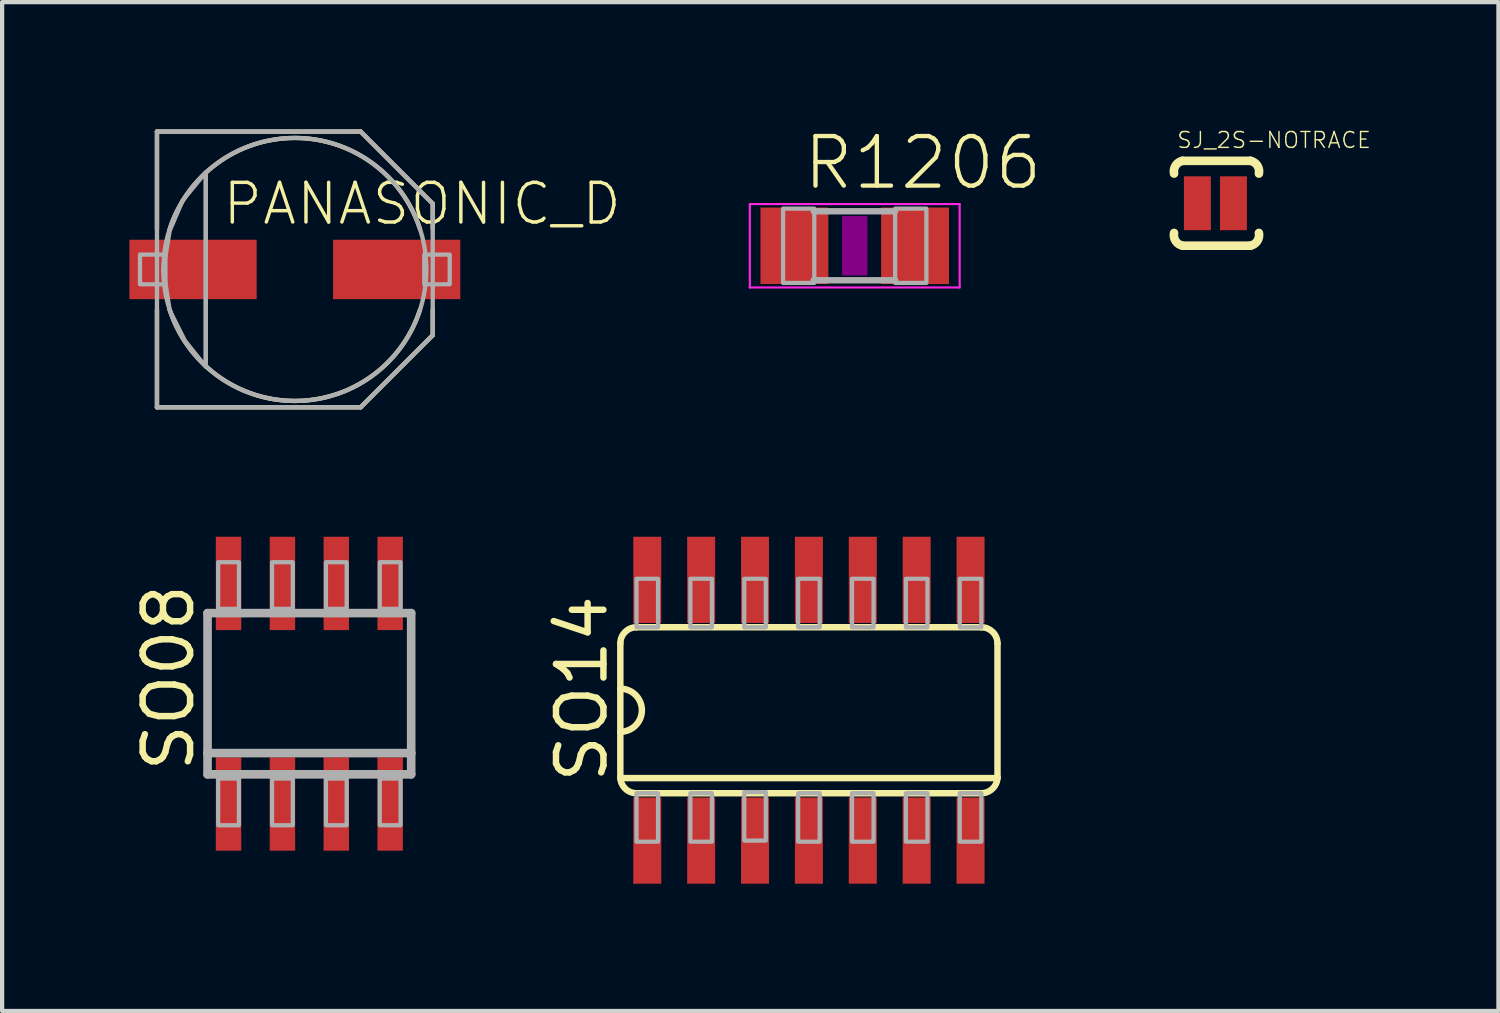
<source format=kicad_pcb>
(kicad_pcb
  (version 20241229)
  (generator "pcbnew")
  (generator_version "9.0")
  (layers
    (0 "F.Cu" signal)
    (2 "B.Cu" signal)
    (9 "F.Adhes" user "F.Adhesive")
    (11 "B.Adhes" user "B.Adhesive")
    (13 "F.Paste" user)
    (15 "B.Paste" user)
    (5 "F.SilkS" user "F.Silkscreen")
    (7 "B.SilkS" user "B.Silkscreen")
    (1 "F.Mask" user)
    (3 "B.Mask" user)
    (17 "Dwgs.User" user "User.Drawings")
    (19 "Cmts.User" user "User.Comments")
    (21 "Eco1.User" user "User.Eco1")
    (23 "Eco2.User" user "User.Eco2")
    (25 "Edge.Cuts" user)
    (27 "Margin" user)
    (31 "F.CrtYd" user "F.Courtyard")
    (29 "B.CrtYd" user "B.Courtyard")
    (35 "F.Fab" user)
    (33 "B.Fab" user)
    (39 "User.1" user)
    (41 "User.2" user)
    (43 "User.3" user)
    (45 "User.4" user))
  (footprint "SJ_2S-NOTRACE"
    (layer "F.Cu")
    (at 25.624 1.741)
    (property "Reference" "SJ_2S-NOTRACE" (at -0.953 -1.27 0) (layer "F.SilkS") (effects (font (size 0.374 0.374) (thickness 0.033)) (justify left bottom)))
    (fp_line (start -0.8 -1) (end 0.8 -1) (stroke (width 0.203) (type solid)) (layer "F.SilkS"))
    (fp_line (start 0.8 1) (end -0.8 1) (stroke (width 0.203) (type solid)) (layer "F.SilkS"))
    (fp_arc (start -1 -0.7) (mid -0.962161 -0.891441) (end -0.799999 -0.999999) (stroke (width 0.2032) (type solid)) (layer "F.SilkS"))
    (fp_arc (start -0.799999 0.999999) (mid -0.96216 0.891441) (end -1 0.7) (stroke (width 0.2032) (type solid)) (layer "F.SilkS"))
    (fp_arc (start 0.8 -1) (mid 0.962191 -0.89146) (end 0.999999 -0.699999) (stroke (width 0.2032) (type solid)) (layer "F.SilkS"))
    (fp_arc (start 1.000001 0.699999) (mid 0.962162 0.891441) (end 0.8 1) (stroke (width 0.2032) (type solid)) (layer "F.SilkS"))
    (fp_poly (pts (xy -1.016 1.016) (xy 1.016 1.016) (xy 1.016 -1.016) (xy -1.016 -1.016)) (stroke (width 0) (type solid)) (fill yes) (layer "F.Paste"))
    (pad "1" smd rect (at -0.45 0) (size 0.635 1.27) (layers "F.Cu" "F.Mask"))
    (pad "2" smd rect (at 0.4 0) (size 0.635 1.27) (layers "F.Cu" "F.Mask")))
  (footprint "SO08"
    (layer "F.Cu")
    (at 4.242 13.302)
    (property "Reference" "SO08" (at -2.667 1.905 90) (layer "F.SilkS") (effects (font (size 1.118 1.118) (thickness 0.152)) (justify left bottom)))
    (fp_line (start -2.4 -1.9) (end 2.4 -1.9) (stroke (width 0.203) (type solid)) (layer "F.Fab"))
    (fp_line (start -2.4 1.4) (end -2.4 -1.9) (stroke (width 0.203) (type solid)) (layer "F.Fab"))
    (fp_line (start -2.4 1.9) (end -2.4 1.4) (stroke (width 0.203) (type solid)) (layer "F.Fab"))
    (fp_line (start 2.4 -1.9) (end 2.4 1.4) (stroke (width 0.203) (type solid)) (layer "F.Fab"))
    (fp_line (start 2.4 1.4) (end -2.4 1.4) (stroke (width 0.203) (type solid)) (layer "F.Fab"))
    (fp_line (start 2.4 1.4) (end 2.4 1.9) (stroke (width 0.203) (type solid)) (layer "F.Fab"))
    (fp_line (start 2.4 1.9) (end -2.4 1.9) (stroke (width 0.203) (type solid)) (layer "F.Fab"))
    (fp_poly (pts (xy -2.15 -2) (xy -1.66 -2) (xy -1.66 -3.1) (xy -2.15 -3.1)) (stroke (width 0.1) (type solid)) (fill no) (layer "F.Fab"))
    (fp_poly (pts (xy -2.15 3.1) (xy -1.66 3.1) (xy -1.66 2) (xy -2.15 2)) (stroke (width 0.1) (type solid)) (fill no) (layer "F.Fab"))
    (fp_poly (pts (xy -0.88 -2) (xy -0.39 -2) (xy -0.39 -3.1) (xy -0.88 -3.1)) (stroke (width 0.1) (type solid)) (fill no) (layer "F.Fab"))
    (fp_poly (pts (xy -0.88 3.1) (xy -0.39 3.1) (xy -0.39 2) (xy -0.88 2)) (stroke (width 0.1) (type solid)) (fill no) (layer "F.Fab"))
    (fp_poly (pts (xy 0.39 -2) (xy 0.88 -2) (xy 0.88 -3.1) (xy 0.39 -3.1)) (stroke (width 0.1) (type solid)) (fill no) (layer "F.Fab"))
    (fp_poly (pts (xy 0.39 3.1) (xy 0.88 3.1) (xy 0.88 2) (xy 0.39 2)) (stroke (width 0.1) (type solid)) (fill no) (layer "F.Fab"))
    (fp_poly (pts (xy 1.66 -2) (xy 2.15 -2) (xy 2.15 -3.1) (xy 1.66 -3.1)) (stroke (width 0.1) (type solid)) (fill no) (layer "F.Fab"))
    (fp_poly (pts (xy 1.66 3.1) (xy 2.15 3.1) (xy 2.15 2) (xy 1.66 2)) (stroke (width 0.1) (type solid)) (fill no) (layer "F.Fab"))
    (pad "1" smd rect (at -1.905 2.6) (size 0.6 2.2) (layers "F.Cu" "F.Mask" "F.Paste"))
    (pad "2" smd rect (at -0.635 2.6) (size 0.6 2.2) (layers "F.Cu" "F.Mask" "F.Paste"))
    (pad "3" smd rect (at 0.635 2.6) (size 0.6 2.2) (layers "F.Cu" "F.Mask" "F.Paste"))
    (pad "4" smd rect (at 1.905 2.6) (size 0.6 2.2) (layers "F.Cu" "F.Mask" "F.Paste"))
    (pad "5" smd rect (at 1.905 -2.6) (size 0.6 2.2) (layers "F.Cu" "F.Mask" "F.Paste"))
    (pad "6" smd rect (at 0.635 -2.6) (size 0.6 2.2) (layers "F.Cu" "F.Mask" "F.Paste"))
    (pad "7" smd rect (at -0.635 -2.6) (size 0.6 2.2) (layers "F.Cu" "F.Mask" "F.Paste"))
    (pad "8" smd rect (at -1.905 -2.6) (size 0.6 2.2) (layers "F.Cu" "F.Mask" "F.Paste")))
  (footprint "R1206"
    (layer "F.Cu")
    (at 17.097 2.743)
    (property "Reference" "R1206" (at -1.27 -1.27 0) (layer "F.SilkS") (effects (font (size 1.168 1.168) (thickness 0.102)) (justify left bottom)))
    (fp_poly (pts (xy -0.3 0.7) (xy 0.3 0.7) (xy 0.3 -0.7) (xy -0.3 -0.7)) (stroke (width 0) (type solid)) (fill yes) (layer "F.Adhes"))
    (fp_line (start -2.473 -0.983) (end 2.473 -0.983) (stroke (width 0.051) (type solid)) (layer "F.CrtYd"))
    (fp_line (start -2.473 0.983) (end -2.473 -0.983) (stroke (width 0.051) (type solid)) (layer "F.CrtYd"))
    (fp_line (start 2.473 -0.983) (end 2.473 0.983) (stroke (width 0.051) (type solid)) (layer "F.CrtYd"))
    (fp_line (start 2.473 0.983) (end -2.473 0.983) (stroke (width 0.051) (type solid)) (layer "F.CrtYd"))
    (fp_line (start 0.953 -0.813) (end -0.965 -0.813) (stroke (width 0.152) (type solid)) (layer "F.Fab"))
    (fp_line (start 0.953 0.813) (end -0.965 0.813) (stroke (width 0.152) (type solid)) (layer "F.Fab"))
    (fp_poly (pts (xy -1.689 0.876) (xy -0.953 0.876) (xy -0.953 -0.876) (xy -1.689 -0.876)) (stroke (width 0.1) (type solid)) (fill no) (layer "F.Fab"))
    (fp_poly (pts (xy 0.953 0.876) (xy 1.689 0.876) (xy 1.689 -0.876) (xy 0.953 -0.876)) (stroke (width 0.1) (type solid)) (fill no) (layer "F.Fab"))
    (pad "1" smd rect (at -1.422 0) (size 1.6 1.803) (layers "F.Cu" "F.Mask" "F.Paste"))
    (pad "2" smd rect (at 1.422 0) (size 1.6 1.803) (layers "F.Cu" "F.Mask" "F.Paste")))
  (footprint "PANASONIC_D"
    (layer "F.Cu")
    (at 3.9 3.301)
    (property "Reference" "PANASONIC_D" (at -1.75 -1 0) (layer "F.SilkS") (effects (font (size 0.935 0.935) (thickness 0.081)) (justify left bottom)))
    (fp_line (start -3.25 -3.25) (end 1.55 -3.25) (stroke (width 0.102) (type solid)) (layer "F.SilkS"))
    (fp_line (start -3.25 -0.95) (end -3.25 -3.25) (stroke (width 0.102) (type solid)) (layer "F.SilkS"))
    (fp_line (start -3.25 3.25) (end -3.25 0.95) (stroke (width 0.102) (type solid)) (layer "F.SilkS"))
    (fp_line (start 1.55 -3.25) (end 3.25 -1.55) (stroke (width 0.102) (type solid)) (layer "F.SilkS"))
    (fp_line (start 1.55 3.25) (end -3.25 3.25) (stroke (width 0.102) (type solid)) (layer "F.SilkS"))
    (fp_line (start 3.25 -1.55) (end 3.25 -0.95) (stroke (width 0.102) (type solid)) (layer "F.SilkS"))
    (fp_line (start 3.25 0.95) (end 3.25 1.55) (stroke (width 0.102) (type solid)) (layer "F.SilkS"))
    (fp_line (start 3.25 1.55) (end 1.55 3.25) (stroke (width 0.102) (type solid)) (layer "F.SilkS"))
    (fp_arc (start -2.95 -0.95) (mid 0 -3.099193) (end 2.95 -0.95) (stroke (width 0.1016) (type solid)) (layer "F.SilkS"))
    (fp_arc (start 2.95 0.95) (mid 0 3.099193) (end -2.95 0.95) (stroke (width 0.1016) (type solid)) (layer "F.SilkS"))
    (fp_line (start -3.25 -3.25) (end 1.55 -3.25) (stroke (width 0.102) (type solid)) (layer "F.Fab"))
    (fp_line (start -3.25 3.25) (end -3.25 -3.25) (stroke (width 0.102) (type solid)) (layer "F.Fab"))
    (fp_line (start -2.1 -2.25) (end -2.1 2.2) (stroke (width 0.102) (type solid)) (layer "F.Fab"))
    (fp_line (start 1.55 -3.25) (end 3.25 -1.55) (stroke (width 0.102) (type solid)) (layer "F.Fab"))
    (fp_line (start 1.55 3.25) (end -3.25 3.25) (stroke (width 0.102) (type solid)) (layer "F.Fab"))
    (fp_line (start 3.25 -1.55) (end 3.25 1.55) (stroke (width 0.102) (type solid)) (layer "F.Fab"))
    (fp_line (start 3.25 1.55) (end 1.55 3.25) (stroke (width 0.102) (type solid)) (layer "F.Fab"))
    (fp_circle (center 0 0) (end 3.1 0) (stroke (width 0.102) (type solid)) (fill no) (layer "F.Fab"))
    (fp_poly (pts (xy -3.65 0.35) (xy -3.05 0.35) (xy -3.05 -0.35) (xy -3.65 -0.35)) (stroke (width 0.1) (type solid)) (fill no) (layer "F.Fab"))
    (fp_poly (pts (xy 3.05 0.35) (xy 3.65 0.35) (xy 3.65 -0.35) (xy 3.05 -0.35)) (stroke (width 0.1) (type solid)) (fill no) (layer "F.Fab"))
    (fp_poly (pts (xy -2.099 2.295) (xy -2.593 1.678) (xy -2.949 0.966) (xy -3.101 -0.00022) (xy -2.949 -0.914) (xy -2.644 -1.627) (xy -2.099 -2.292)) (stroke (width 0.1) (type solid)) (fill no) (layer "F.Fab"))
    (pad "+" smd rect (at 2.4 0) (size 3 1.4) (layers "F.Cu" "F.Mask" "F.Paste"))
    (pad "-" smd rect (at -2.4 0) (size 3 1.4) (layers "F.Cu" "F.Mask" "F.Paste")))
  (footprint "SO14"
    (layer "F.Cu")
    (at 16.017 13.691)
    (property "Reference" "SO14" (at -4.699 1.778 90) (layer "F.SilkS") (effects (font (size 1.118 1.118) (thickness 0.152)) (justify left bottom)))
    (fp_line (start -4.445 -1.575) (end -4.445 1.575) (stroke (width 0.152) (type solid)) (layer "F.SilkS"))
    (fp_line (start -4.445 1.6) (end 4.445 1.6) (stroke (width 0.152) (type solid)) (layer "F.SilkS"))
    (fp_line (start -4.064 1.956) (end 4.064 1.956) (stroke (width 0.152) (type solid)) (layer "F.SilkS"))
    (fp_line (start 4.064 -1.956) (end -4.064 -1.956) (stroke (width 0.152) (type solid)) (layer "F.SilkS"))
    (fp_line (start 4.445 1.575) (end 4.445 -1.575) (stroke (width 0.152) (type solid)) (layer "F.SilkS"))
    (fp_arc (start -4.445 -1.5748) (mid -4.333408 -1.844208) (end -4.064 -1.9558) (stroke (width 0.1524) (type solid)) (layer "F.SilkS"))
    (fp_arc (start -4.445 -0.508) (mid -3.937 0) (end -4.445 0.508) (stroke (width 0.1524) (type solid)) (layer "F.SilkS"))
    (fp_arc (start -4.064 1.9558) (mid -4.333408 1.844208) (end -4.445 1.5748) (stroke (width 0.1524) (type solid)) (layer "F.SilkS"))
    (fp_arc (start 4.064 -1.9558) (mid 4.333408 -1.844208) (end 4.445 -1.5748) (stroke (width 0.1524) (type solid)) (layer "F.SilkS"))
    (fp_arc (start 4.445 1.5748) (mid 4.333408 1.844208) (end 4.064 1.9558) (stroke (width 0.1524) (type solid)) (layer "F.SilkS"))
    (fp_poly (pts (xy -4.064 -1.956) (xy -3.556 -1.956) (xy -3.556 -3.099) (xy -4.064 -3.099)) (stroke (width 0.1) (type solid)) (fill no) (layer "F.Fab"))
    (fp_poly (pts (xy -4.064 3.099) (xy -3.556 3.099) (xy -3.556 1.956) (xy -4.064 1.956)) (stroke (width 0.1) (type solid)) (fill no) (layer "F.Fab"))
    (fp_poly (pts (xy -2.794 -1.956) (xy -2.286 -1.956) (xy -2.286 -3.099) (xy -2.794 -3.099)) (stroke (width 0.1) (type solid)) (fill no) (layer "F.Fab"))
    (fp_poly (pts (xy -2.794 3.099) (xy -2.286 3.099) (xy -2.286 1.956) (xy -2.794 1.956)) (stroke (width 0.1) (type solid)) (fill no) (layer "F.Fab"))
    (fp_poly (pts (xy -1.524 -1.956) (xy -1.016 -1.956) (xy -1.016 -3.099) (xy -1.524 -3.099)) (stroke (width 0.1) (type solid)) (fill no) (layer "F.Fab"))
    (fp_poly (pts (xy -1.524 3.073) (xy -1.016 3.073) (xy -1.016 1.93) (xy -1.524 1.93)) (stroke (width 0.1) (type solid)) (fill no) (layer "F.Fab"))
    (fp_poly (pts (xy -0.254 -1.956) (xy 0.254 -1.956) (xy 0.254 -3.099) (xy -0.254 -3.099)) (stroke (width 0.1) (type solid)) (fill no) (layer "F.Fab"))
    (fp_poly (pts (xy -0.254 3.099) (xy 0.254 3.099) (xy 0.254 1.956) (xy -0.254 1.956)) (stroke (width 0.1) (type solid)) (fill no) (layer "F.Fab"))
    (fp_poly (pts (xy 1.016 -1.956) (xy 1.524 -1.956) (xy 1.524 -3.099) (xy 1.016 -3.099)) (stroke (width 0.1) (type solid)) (fill no) (layer "F.Fab"))
    (fp_poly (pts (xy 1.016 3.099) (xy 1.524 3.099) (xy 1.524 1.956) (xy 1.016 1.956)) (stroke (width 0.1) (type solid)) (fill no) (layer "F.Fab"))
    (fp_poly (pts (xy 2.286 -1.956) (xy 2.794 -1.956) (xy 2.794 -3.099) (xy 2.286 -3.099)) (stroke (width 0.1) (type solid)) (fill no) (layer "F.Fab"))
    (fp_poly (pts (xy 2.286 3.099) (xy 2.794 3.099) (xy 2.794 1.956) (xy 2.286 1.956)) (stroke (width 0.1) (type solid)) (fill no) (layer "F.Fab"))
    (fp_poly (pts (xy 3.556 -1.956) (xy 4.064 -1.956) (xy 4.064 -3.099) (xy 3.556 -3.099)) (stroke (width 0.1) (type solid)) (fill no) (layer "F.Fab"))
    (fp_poly (pts (xy 3.556 3.099) (xy 4.064 3.099) (xy 4.064 1.956) (xy 3.556 1.956)) (stroke (width 0.1) (type solid)) (fill no) (layer "F.Fab"))
    (pad "1" smd rect (at -3.81 3.073) (size 0.66 2.032) (layers "F.Cu" "F.Mask" "F.Paste"))
    (pad "2" smd rect (at -2.54 3.073) (size 0.66 2.032) (layers "F.Cu" "F.Mask" "F.Paste"))
    (pad "3" smd rect (at -1.27 3.073) (size 0.66 2.032) (layers "F.Cu" "F.Mask" "F.Paste"))
    (pad "4" smd rect (at 0 3.073) (size 0.66 2.032) (layers "F.Cu" "F.Mask" "F.Paste"))
    (pad "5" smd rect (at 1.27 3.073) (size 0.66 2.032) (layers "F.Cu" "F.Mask" "F.Paste"))
    (pad "6" smd rect (at 2.54 3.073) (size 0.66 2.032) (layers "F.Cu" "F.Mask" "F.Paste"))
    (pad "7" smd rect (at 3.81 3.073) (size 0.66 2.032) (layers "F.Cu" "F.Mask" "F.Paste"))
    (pad "8" smd rect (at 3.81 -3.073) (size 0.66 2.032) (layers "F.Cu" "F.Mask" "F.Paste"))
    (pad "9" smd rect (at 2.54 -3.073) (size 0.66 2.032) (layers "F.Cu" "F.Mask" "F.Paste"))
    (pad "10" smd rect (at 1.27 -3.073) (size 0.66 2.032) (layers "F.Cu" "F.Mask" "F.Paste"))
    (pad "11" smd rect (at 0 -3.073) (size 0.66 2.032) (layers "F.Cu" "F.Mask" "F.Paste"))
    (pad "12" smd rect (at -1.27 -3.073) (size 0.66 2.032) (layers "F.Cu" "F.Mask" "F.Paste"))
    (pad "13" smd rect (at -2.54 -3.073) (size 0.66 2.032) (layers "F.Cu" "F.Mask" "F.Paste"))
    (pad "14" smd rect (at -3.81 -3.073) (size 0.66 2.032) (layers "F.Cu" "F.Mask" "F.Paste")))
  (gr_rect
    (start -3 -3)
    (end 32.27 20.78)
    (stroke (width 0.1) (type default))
    (fill no)
    (layer "Edge.Cuts")))
</source>
